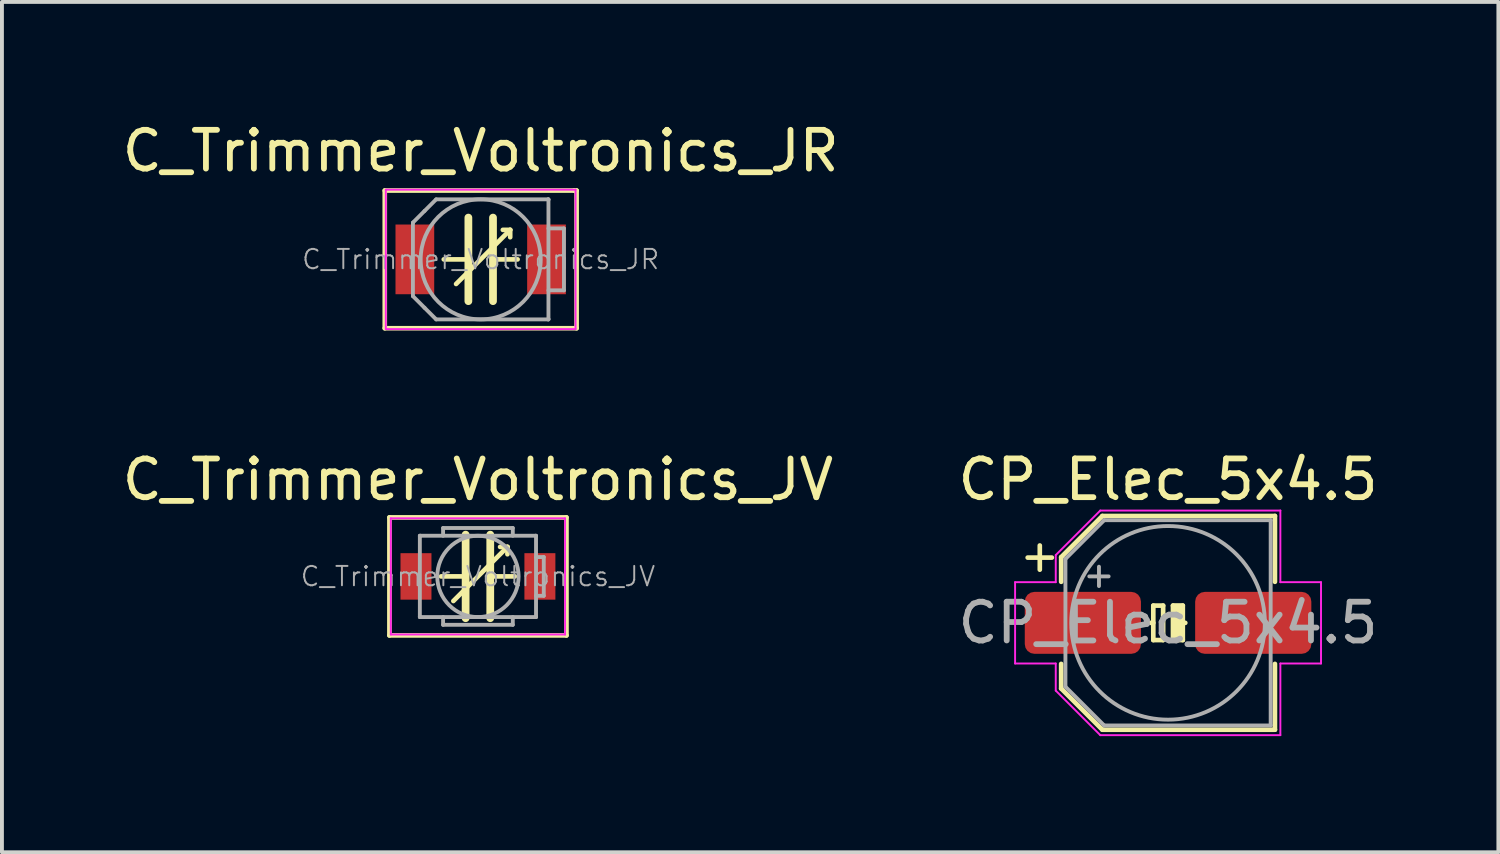
<source format=kicad_pcb>
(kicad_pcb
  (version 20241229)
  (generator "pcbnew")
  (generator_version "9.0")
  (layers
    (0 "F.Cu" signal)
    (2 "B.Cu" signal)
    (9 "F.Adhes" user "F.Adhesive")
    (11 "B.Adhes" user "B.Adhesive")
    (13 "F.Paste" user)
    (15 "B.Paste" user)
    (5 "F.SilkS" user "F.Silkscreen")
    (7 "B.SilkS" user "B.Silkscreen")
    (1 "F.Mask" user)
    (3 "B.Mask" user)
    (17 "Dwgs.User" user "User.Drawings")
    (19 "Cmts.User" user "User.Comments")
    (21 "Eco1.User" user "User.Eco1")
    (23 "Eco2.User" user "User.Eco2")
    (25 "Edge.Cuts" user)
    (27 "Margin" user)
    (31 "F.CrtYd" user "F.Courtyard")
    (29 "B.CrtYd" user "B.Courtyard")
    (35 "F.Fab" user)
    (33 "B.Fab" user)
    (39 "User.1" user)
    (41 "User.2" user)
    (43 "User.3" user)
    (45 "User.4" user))
  (footprint "C_Trimmer_Voltronics_JV"
    (layer "F.Cu")
    (at 9.292 11.835)
    (property "Reference" "C_Trimmer_Voltronics_JV" (at 0 -2.5 0) (layer "F.SilkS") (effects (font (size 1 1) (thickness 0.15))))
    (attr smd)
    (fp_line (start -2.286 -1.524) (end -2.286 1.524) (stroke (width 0.12) (type solid)) (layer "F.SilkS"))
    (fp_line (start -2.286 1.524) (end 2.286 1.524) (stroke (width 0.12) (type solid)) (layer "F.SilkS"))
    (fp_line (start -0.635 0.635) (end 0.762 -0.762) (stroke (width 0.12) (type solid)) (layer "F.SilkS"))
    (fp_line (start -0.318 -1.079) (end -0.318 1.079) (stroke (width 0.2) (type solid)) (layer "F.SilkS"))
    (fp_line (start -0.318 0) (end -0.953 0) (stroke (width 0.12) (type solid)) (layer "F.SilkS"))
    (fp_line (start 0.318 -1.079) (end 0.318 1.079) (stroke (width 0.2) (type solid)) (layer "F.SilkS"))
    (fp_line (start 0.762 -0.762) (end 0.572 -0.762) (stroke (width 0.12) (type solid)) (layer "F.SilkS"))
    (fp_line (start 0.762 -0.762) (end 0.762 -0.572) (stroke (width 0.12) (type solid)) (layer "F.SilkS"))
    (fp_line (start 0.953 0) (end 0.318 0) (stroke (width 0.12) (type solid)) (layer "F.SilkS"))
    (fp_line (start 2.286 -1.524) (end -2.286 -1.524) (stroke (width 0.12) (type solid)) (layer "F.SilkS"))
    (fp_line (start 2.286 1.524) (end 2.286 -1.524) (stroke (width 0.12) (type solid)) (layer "F.SilkS"))
    (fp_line (start -2.25 -1.5) (end -2.25 1.5) (stroke (width 0.05) (type solid)) (layer "F.CrtYd"))
    (fp_line (start -2.25 1.5) (end 2.25 1.5) (stroke (width 0.05) (type solid)) (layer "F.CrtYd"))
    (fp_line (start 2.25 -1.5) (end -2.25 -1.5) (stroke (width 0.05) (type solid)) (layer "F.CrtYd"))
    (fp_line (start 2.25 1.5) (end 2.25 -1.5) (stroke (width 0.05) (type solid)) (layer "F.CrtYd"))
    (fp_line (start -1.5 -1.05) (end -1.49 -1.05) (stroke (width 0.1) (type solid)) (layer "F.Fab"))
    (fp_line (start -1.5 -1.04) (end -1.5 -1.05) (stroke (width 0.1) (type solid)) (layer "F.Fab"))
    (fp_line (start -1.5 1.04) (end -1.5 -1.04) (stroke (width 0.1) (type solid)) (layer "F.Fab"))
    (fp_line (start -1.5 1.05) (end -1.5 1.04) (stroke (width 0.1) (type solid)) (layer "F.Fab"))
    (fp_line (start -1.49 -1.05) (end 1.49 -1.05) (stroke (width 0.1) (type solid)) (layer "F.Fab"))
    (fp_line (start -1.49 1.05) (end -1.5 1.05) (stroke (width 0.1) (type solid)) (layer "F.Fab"))
    (fp_line (start -0.9 -1.25) (end 0.9 -1.25) (stroke (width 0.1) (type solid)) (layer "F.Fab"))
    (fp_line (start -0.9 -1.05) (end -0.9 -1.25) (stroke (width 0.1) (type solid)) (layer "F.Fab"))
    (fp_line (start -0.9 1.05) (end -0.9 1.25) (stroke (width 0.1) (type solid)) (layer "F.Fab"))
    (fp_line (start -0.9 1.25) (end 0.9 1.25) (stroke (width 0.1) (type solid)) (layer "F.Fab"))
    (fp_line (start 0.9 -1.25) (end 0.9 -1.05) (stroke (width 0.1) (type solid)) (layer "F.Fab"))
    (fp_line (start 0.9 1.25) (end 0.9 1.05) (stroke (width 0.1) (type solid)) (layer "F.Fab"))
    (fp_line (start 1.49 -1.05) (end 1.5 -1.05) (stroke (width 0.1) (type solid)) (layer "F.Fab"))
    (fp_line (start 1.49 1.05) (end -1.49 1.05) (stroke (width 0.1) (type solid)) (layer "F.Fab"))
    (fp_line (start 1.5 -1.05) (end 1.5 -1.04) (stroke (width 0.1) (type solid)) (layer "F.Fab"))
    (fp_line (start 1.5 -1.04) (end 1.5 1.04) (stroke (width 0.1) (type solid)) (layer "F.Fab"))
    (fp_line (start 1.5 -0.5) (end 1.7 -0.5) (stroke (width 0.1) (type solid)) (layer "F.Fab"))
    (fp_line (start 1.5 1.04) (end 1.5 1.05) (stroke (width 0.1) (type solid)) (layer "F.Fab"))
    (fp_line (start 1.5 1.05) (end 1.49 1.05) (stroke (width 0.1) (type solid)) (layer "F.Fab"))
    (fp_line (start 1.7 -0.5) (end 1.7 0.5) (stroke (width 0.1) (type solid)) (layer "F.Fab"))
    (fp_line (start 1.7 0.5) (end 1.5 0.5) (stroke (width 0.1) (type solid)) (layer "F.Fab"))
    (fp_circle (center 0 0) (end 1.05 0) (stroke (width 0.1) (type solid)) (fill no) (layer "F.Fab"))
    (fp_text user "${REFERENCE}" (at 0 0 0) (layer "F.Fab") (effects (font (size 0.5 0.5) (thickness 0.05))))
    (pad "1" smd rect (at -1.6 0) (size 0.8 1.2) (layers "F.Cu" "F.Mask" "F.Paste"))
    (pad "2" smd rect (at 1.6 0) (size 0.8 1.2) (layers "F.Cu" "F.Mask" "F.Paste")))
  (footprint "CP_Elec_5x4.5"
    (layer "F.Cu")
    (at 27.113 13.034)
    (property "Reference" "CP_Elec_5x4.5" (at 0 -3.7 0) (layer "F.SilkS") (effects (font (size 1 1) (thickness 0.15))))
    (attr smd)
    (fp_line (start -3.625 -1.685) (end -3 -1.685) (stroke (width 0.12) (type solid)) (layer "F.SilkS"))
    (fp_line (start -3.312 -1.998) (end -3.312 -1.373) (stroke (width 0.12) (type solid)) (layer "F.SilkS"))
    (fp_line (start -2.76 -1.696) (end -2.76 -1.06) (stroke (width 0.12) (type solid)) (layer "F.SilkS"))
    (fp_line (start -2.76 -1.696) (end -1.696 -2.76) (stroke (width 0.12) (type solid)) (layer "F.SilkS"))
    (fp_line (start -2.76 1.696) (end -2.76 1.06) (stroke (width 0.12) (type solid)) (layer "F.SilkS"))
    (fp_line (start -2.76 1.696) (end -1.696 2.76) (stroke (width 0.12) (type solid)) (layer "F.SilkS"))
    (fp_line (start -1.696 -2.76) (end 2.76 -2.76) (stroke (width 0.12) (type solid)) (layer "F.SilkS"))
    (fp_line (start -1.696 2.76) (end 2.76 2.76) (stroke (width 0.12) (type solid)) (layer "F.SilkS"))
    (fp_line (start -0.381 0) (end -0.445 0) (stroke (width 0.12) (type solid)) (layer "F.SilkS"))
    (fp_line (start -0.381 0.445) (end -0.381 -0.445) (stroke (width 0.12) (type solid)) (layer "F.SilkS"))
    (fp_line (start -0.381 0.445) (end -0.127 0.445) (stroke (width 0.12) (type solid)) (layer "F.SilkS"))
    (fp_line (start -0.127 -0.445) (end -0.381 -0.445) (stroke (width 0.12) (type solid)) (layer "F.SilkS"))
    (fp_line (start -0.127 -0.445) (end -0.127 0.445) (stroke (width 0.12) (type solid)) (layer "F.SilkS"))
    (fp_line (start 0.127 -0.445) (end 0.127 -0.191) (stroke (width 0.12) (type solid)) (layer "F.SilkS"))
    (fp_line (start 0.127 -0.445) (end 0.381 -0.445) (stroke (width 0.12) (type solid)) (layer "F.SilkS"))
    (fp_line (start 0.127 -0.191) (end 0.127 0.445) (stroke (width 0.12) (type solid)) (layer "F.SilkS"))
    (fp_line (start 0.381 0) (end 0.445 0) (stroke (width 0.12) (type solid)) (layer "F.SilkS"))
    (fp_line (start 0.381 0.445) (end 0.127 0.445) (stroke (width 0.12) (type solid)) (layer "F.SilkS"))
    (fp_line (start 0.381 0.445) (end 0.381 -0.445) (stroke (width 0.12) (type solid)) (layer "F.SilkS"))
    (fp_line (start 2.76 -2.76) (end 2.76 -1.06) (stroke (width 0.12) (type solid)) (layer "F.SilkS"))
    (fp_line (start 2.76 2.76) (end 2.76 1.06) (stroke (width 0.12) (type solid)) (layer "F.SilkS"))
    (fp_poly (pts (xy 0.381 0.445) (xy 0.127 0.445) (xy 0.127 -0.445) (xy 0.381 -0.445)) (stroke (width 0.1) (type solid)) (fill yes) (layer "F.SilkS"))
    (fp_line (start -3.95 -1.05) (end -3.95 1.05) (stroke (width 0.05) (type solid)) (layer "F.CrtYd"))
    (fp_line (start -3.95 1.05) (end -2.9 1.05) (stroke (width 0.05) (type solid)) (layer "F.CrtYd"))
    (fp_line (start -2.9 -1.75) (end -2.9 -1.05) (stroke (width 0.05) (type solid)) (layer "F.CrtYd"))
    (fp_line (start -2.9 -1.75) (end -1.75 -2.9) (stroke (width 0.05) (type solid)) (layer "F.CrtYd"))
    (fp_line (start -2.9 -1.05) (end -3.95 -1.05) (stroke (width 0.05) (type solid)) (layer "F.CrtYd"))
    (fp_line (start -2.9 1.05) (end -2.9 1.75) (stroke (width 0.05) (type solid)) (layer "F.CrtYd"))
    (fp_line (start -2.9 1.75) (end -1.75 2.9) (stroke (width 0.05) (type solid)) (layer "F.CrtYd"))
    (fp_line (start -1.75 -2.9) (end 2.9 -2.9) (stroke (width 0.05) (type solid)) (layer "F.CrtYd"))
    (fp_line (start -1.75 2.9) (end 2.9 2.9) (stroke (width 0.05) (type solid)) (layer "F.CrtYd"))
    (fp_line (start 2.9 -2.9) (end 2.9 -1.05) (stroke (width 0.05) (type solid)) (layer "F.CrtYd"))
    (fp_line (start 2.9 -1.05) (end 3.95 -1.05) (stroke (width 0.05) (type solid)) (layer "F.CrtYd"))
    (fp_line (start 2.9 1.05) (end 2.9 2.9) (stroke (width 0.05) (type solid)) (layer "F.CrtYd"))
    (fp_line (start 3.95 -1.05) (end 3.95 1.05) (stroke (width 0.05) (type solid)) (layer "F.CrtYd"))
    (fp_line (start 3.95 1.05) (end 2.9 1.05) (stroke (width 0.05) (type solid)) (layer "F.CrtYd"))
    (fp_line (start -2.65 -1.65) (end -2.65 1.65) (stroke (width 0.1) (type solid)) (layer "F.Fab"))
    (fp_line (start -2.65 -1.65) (end -1.65 -2.65) (stroke (width 0.1) (type solid)) (layer "F.Fab"))
    (fp_line (start -2.65 1.65) (end -1.65 2.65) (stroke (width 0.1) (type solid)) (layer "F.Fab"))
    (fp_line (start -2.034 -1.2) (end -1.534 -1.2) (stroke (width 0.1) (type solid)) (layer "F.Fab"))
    (fp_line (start -1.784 -1.45) (end -1.784 -0.95) (stroke (width 0.1) (type solid)) (layer "F.Fab"))
    (fp_line (start -1.65 -2.65) (end 2.65 -2.65) (stroke (width 0.1) (type solid)) (layer "F.Fab"))
    (fp_line (start -1.65 2.65) (end 2.65 2.65) (stroke (width 0.1) (type solid)) (layer "F.Fab"))
    (fp_line (start 2.65 -2.65) (end 2.65 2.65) (stroke (width 0.1) (type solid)) (layer "F.Fab"))
    (fp_circle (center 0 0) (end 2.5 0) (stroke (width 0.1) (type solid)) (fill no) (layer "F.Fab"))
    (fp_text user "${REFERENCE}" (at 0 0 0) (layer "F.Fab") (effects (font (size 1 1) (thickness 0.15))))
    (pad "1" smd roundrect (at -2.2 0) (size 3 1.6) (layers "F.Cu" "F.Mask" "F.Paste") (roundrect_rratio 0.156))
    (pad "2" smd roundrect (at 2.2 0) (size 3 1.6) (layers "F.Cu" "F.Mask" "F.Paste") (roundrect_rratio 0.156)))
  (footprint "C_Trimmer_Voltronics_JR"
    (layer "F.Cu")
    (at 9.363 3.648)
    (property "Reference" "C_Trimmer_Voltronics_JR" (at 0 -2.8 0) (layer "F.SilkS") (effects (font (size 1 1) (thickness 0.15))))
    (attr smd)
    (fp_line (start -2.477 -1.778) (end -2.477 1.778) (stroke (width 0.12) (type solid)) (layer "F.SilkS"))
    (fp_line (start -2.477 1.778) (end 2.477 1.778) (stroke (width 0.12) (type solid)) (layer "F.SilkS"))
    (fp_line (start -0.635 0.635) (end 0.762 -0.762) (stroke (width 0.12) (type solid)) (layer "F.SilkS"))
    (fp_line (start -0.318 -1.079) (end -0.318 1.079) (stroke (width 0.2) (type solid)) (layer "F.SilkS"))
    (fp_line (start -0.318 0) (end -0.953 0) (stroke (width 0.12) (type solid)) (layer "F.SilkS"))
    (fp_line (start 0.318 -1.079) (end 0.318 1.079) (stroke (width 0.2) (type solid)) (layer "F.SilkS"))
    (fp_line (start 0.762 -0.762) (end 0.572 -0.762) (stroke (width 0.12) (type solid)) (layer "F.SilkS"))
    (fp_line (start 0.762 -0.762) (end 0.762 -0.572) (stroke (width 0.12) (type solid)) (layer "F.SilkS"))
    (fp_line (start 0.953 0) (end 0.318 0) (stroke (width 0.12) (type solid)) (layer "F.SilkS"))
    (fp_line (start 2.413 -1.778) (end -2.477 -1.778) (stroke (width 0.12) (type solid)) (layer "F.SilkS"))
    (fp_line (start 2.477 -1.778) (end 2.413 -1.778) (stroke (width 0.12) (type solid)) (layer "F.SilkS"))
    (fp_line (start 2.477 1.778) (end 2.477 -1.778) (stroke (width 0.12) (type solid)) (layer "F.SilkS"))
    (fp_line (start -2.45 -1.8) (end -2.45 1.8) (stroke (width 0.05) (type solid)) (layer "F.CrtYd"))
    (fp_line (start -2.45 1.8) (end 2.45 1.8) (stroke (width 0.05) (type solid)) (layer "F.CrtYd"))
    (fp_line (start 2.45 -1.8) (end -2.45 -1.8) (stroke (width 0.05) (type solid)) (layer "F.CrtYd"))
    (fp_line (start 2.45 1.8) (end 2.45 -1.8) (stroke (width 0.05) (type solid)) (layer "F.CrtYd"))
    (fp_line (start -1.75 -0.95) (end -1.45 -1.25) (stroke (width 0.1) (type solid)) (layer "F.Fab"))
    (fp_line (start -1.75 0.95) (end -1.75 -0.95) (stroke (width 0.1) (type solid)) (layer "F.Fab"))
    (fp_line (start -1.45 -1.25) (end -1.15 -1.55) (stroke (width 0.1) (type solid)) (layer "F.Fab"))
    (fp_line (start -1.45 1.25) (end -1.75 0.95) (stroke (width 0.1) (type solid)) (layer "F.Fab"))
    (fp_line (start -1.15 -1.55) (end 1.74 -1.55) (stroke (width 0.1) (type solid)) (layer "F.Fab"))
    (fp_line (start -1.15 1.55) (end -1.45 1.25) (stroke (width 0.1) (type solid)) (layer "F.Fab"))
    (fp_line (start 1.74 -1.55) (end 1.75 -1.55) (stroke (width 0.1) (type solid)) (layer "F.Fab"))
    (fp_line (start 1.74 1.55) (end -1.15 1.55) (stroke (width 0.1) (type solid)) (layer "F.Fab"))
    (fp_line (start 1.75 -1.55) (end 1.75 -1.54) (stroke (width 0.1) (type solid)) (layer "F.Fab"))
    (fp_line (start 1.75 -1.54) (end 1.75 1.54) (stroke (width 0.1) (type solid)) (layer "F.Fab"))
    (fp_line (start 1.75 -0.8) (end 2.15 -0.8) (stroke (width 0.1) (type solid)) (layer "F.Fab"))
    (fp_line (start 1.75 1.54) (end 1.75 1.55) (stroke (width 0.1) (type solid)) (layer "F.Fab"))
    (fp_line (start 1.75 1.55) (end 1.74 1.55) (stroke (width 0.1) (type solid)) (layer "F.Fab"))
    (fp_line (start 2.15 -0.8) (end 2.15 0.8) (stroke (width 0.1) (type solid)) (layer "F.Fab"))
    (fp_line (start 2.15 0.8) (end 1.75 0.8) (stroke (width 0.1) (type solid)) (layer "F.Fab"))
    (fp_circle (center 0 0) (end 1.55 0) (stroke (width 0.1) (type solid)) (fill no) (layer "F.Fab"))
    (fp_text user "${REFERENCE}" (at 0 0 0) (layer "F.Fab") (effects (font (size 0.5 0.5) (thickness 0.05))))
    (pad "1" smd rect (at -1.7 0) (size 1 1.8) (layers "F.Cu" "F.Mask" "F.Paste"))
    (pad "2" smd rect (at 1.7 0) (size 1 1.8) (layers "F.Cu" "F.Mask" "F.Paste")))
  (gr_rect
    (start -3 -3)
    (end 35.643 18.959)
    (stroke (width 0.1) (type default))
    (fill no)
    (layer "Edge.Cuts")))
</source>
